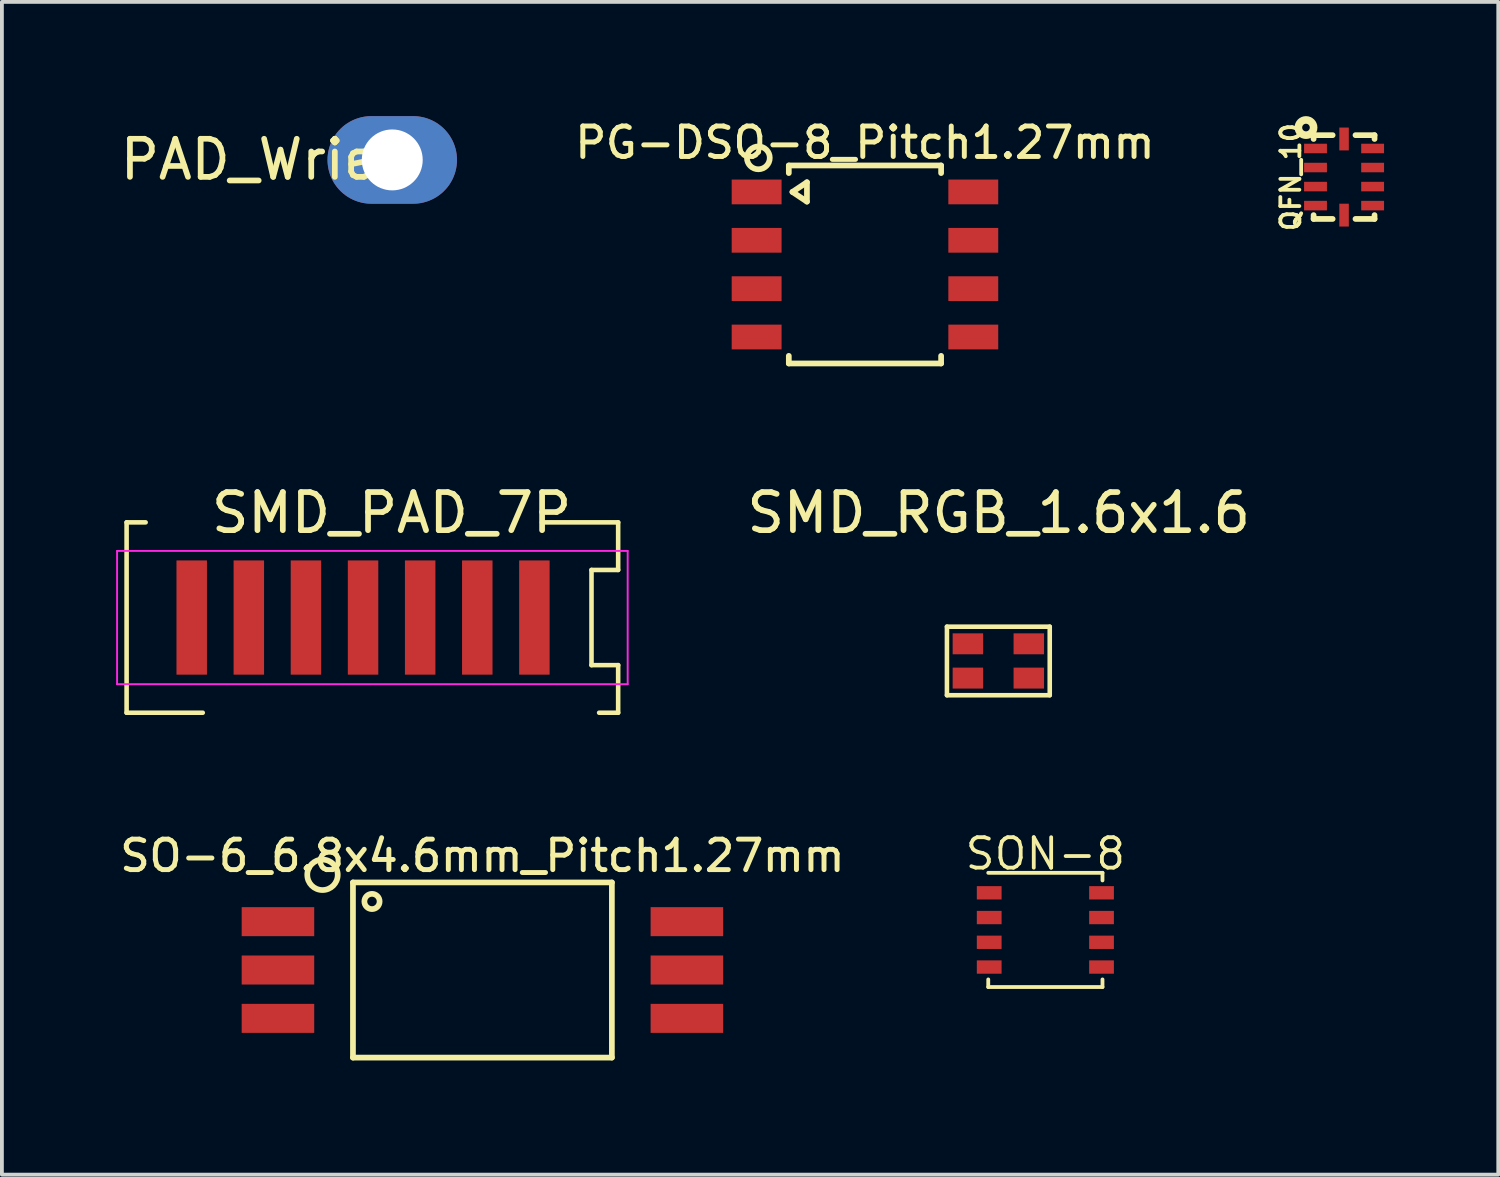
<source format=kicad_pcb>
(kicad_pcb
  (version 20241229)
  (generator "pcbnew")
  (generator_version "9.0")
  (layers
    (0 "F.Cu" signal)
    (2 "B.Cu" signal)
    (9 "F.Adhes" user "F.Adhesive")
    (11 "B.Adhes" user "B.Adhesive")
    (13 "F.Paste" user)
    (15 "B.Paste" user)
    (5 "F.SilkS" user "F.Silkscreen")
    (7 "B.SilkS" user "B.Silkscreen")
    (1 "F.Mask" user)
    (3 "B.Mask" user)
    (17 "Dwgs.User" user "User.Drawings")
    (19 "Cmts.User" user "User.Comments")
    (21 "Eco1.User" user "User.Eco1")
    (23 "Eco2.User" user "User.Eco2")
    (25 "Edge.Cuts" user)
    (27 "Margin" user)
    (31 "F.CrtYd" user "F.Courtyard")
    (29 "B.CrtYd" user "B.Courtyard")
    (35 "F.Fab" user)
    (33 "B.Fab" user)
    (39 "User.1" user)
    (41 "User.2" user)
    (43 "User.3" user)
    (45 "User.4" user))
  (footprint "SMD_PAD_7P"
    (layer "F.Cu")
    (at 7.235 13.169)
    (property "Reference" "SMD_PAD_7P" (at 0 -2.75 0) (layer "F.SilkS") (effects (font (size 1 1) (thickness 0.15))))
    (attr smd)
    (fp_line (start -6.96 -2.5) (end -6.96 2.5) (stroke (width 0.12) (type solid)) (layer "F.SilkS"))
    (fp_line (start -6.96 2.5) (end -4.96 2.5) (stroke (width 0.12) (type solid)) (layer "F.SilkS"))
    (fp_line (start -6.46 -2.5) (end -6.96 -2.5) (stroke (width 0.12) (type solid)) (layer "F.SilkS"))
    (fp_line (start 3.95 -2.5) (end 5.95 -2.5) (stroke (width 0.12) (type solid)) (layer "F.SilkS"))
    (fp_line (start 5.25 -1.25) (end 5.25 1.25) (stroke (width 0.12) (type solid)) (layer "F.SilkS"))
    (fp_line (start 5.25 1.25) (end 5.95 1.25) (stroke (width 0.12) (type solid)) (layer "F.SilkS"))
    (fp_line (start 5.95 -2.5) (end 5.95 -1.25) (stroke (width 0.12) (type solid)) (layer "F.SilkS"))
    (fp_line (start 5.95 -1.25) (end 5.25 -1.25) (stroke (width 0.12) (type solid)) (layer "F.SilkS"))
    (fp_line (start 5.95 1.25) (end 5.95 2.5) (stroke (width 0.12) (type solid)) (layer "F.SilkS"))
    (fp_line (start 5.95 2.5) (end 5.45 2.5) (stroke (width 0.12) (type solid)) (layer "F.SilkS"))
    (fp_line (start -7.21 -1.75) (end 6.2 -1.75) (stroke (width 0.05) (type solid)) (layer "F.CrtYd"))
    (fp_line (start -7.21 1.75) (end -7.21 -1.75) (stroke (width 0.05) (type solid)) (layer "F.CrtYd"))
    (fp_line (start 6.2 -1.75) (end 6.2 1.75) (stroke (width 0.05) (type solid)) (layer "F.CrtYd"))
    (fp_line (start 6.2 1.75) (end -7.21 1.75) (stroke (width 0.05) (type solid)) (layer "F.CrtYd"))
    (pad "1" smd rect (at -5.25 0) (size 0.8 3) (layers "F.Cu" "F.Mask" "F.Paste"))
    (pad "2" smd rect (at -3.75 0) (size 0.8 3) (layers "F.Cu" "F.Mask" "F.Paste"))
    (pad "3" smd rect (at -2.25 0) (size 0.8 3) (layers "F.Cu" "F.Mask" "F.Paste"))
    (pad "4" smd rect (at -0.75 0) (size 0.8 3) (layers "F.Cu" "F.Mask" "F.Paste"))
    (pad "5" smd rect (at 0.75 0) (size 0.8 3) (layers "F.Cu" "F.Mask" "F.Paste"))
    (pad "6" smd rect (at 2.25 0) (size 0.8 3) (layers "F.Cu" "F.Mask" "F.Paste"))
    (pad "7" smd rect (at 3.75 0) (size 0.8 3) (layers "F.Cu" "F.Mask" "F.Paste")))
  (footprint "SON-8"
    (layer "F.Cu")
    (at 24.405 21.373)
    (property "Reference" "SON-8" (at 0 -2 0) (layer "F.SilkS") (effects (font (size 0.8 0.8) (thickness 0.1))))
    (attr smd)
    (fp_line (start -1.5 1.5) (end -1.5 1.3) (stroke (width 0.1) (type solid)) (layer "F.SilkS"))
    (fp_line (start 1.5 -1.5) (end -1.5 -1.5) (stroke (width 0.1) (type solid)) (layer "F.SilkS"))
    (fp_line (start 1.5 -1.5) (end 1.5 -1.3) (stroke (width 0.1) (type solid)) (layer "F.SilkS"))
    (fp_line (start 1.5 1.3) (end 1.5 1.5) (stroke (width 0.1) (type solid)) (layer "F.SilkS"))
    (fp_line (start 1.5 1.5) (end -1.5 1.5) (stroke (width 0.1) (type solid)) (layer "F.SilkS"))
    (pad "1" smd rect (at -1.475 -0.975) (size 0.65 0.35) (layers "F.Cu" "F.Mask" "F.Paste"))
    (pad "2" smd rect (at -1.475 -0.325) (size 0.65 0.35) (layers "F.Cu" "F.Mask" "F.Paste"))
    (pad "3" smd rect (at -1.475 0.325) (size 0.65 0.35) (layers "F.Cu" "F.Mask" "F.Paste"))
    (pad "4" smd rect (at -1.475 0.975) (size 0.65 0.35) (layers "F.Cu" "F.Mask" "F.Paste"))
    (pad "5" smd rect (at 1.475 0.975) (size 0.65 0.35) (layers "F.Cu" "F.Mask" "F.Paste"))
    (pad "6" smd rect (at 1.475 0.325) (size 0.65 0.35) (layers "F.Cu" "F.Mask" "F.Paste"))
    (pad "7" smd rect (at 1.475 -0.325) (size 0.65 0.35) (layers "F.Cu" "F.Mask" "F.Paste"))
    (pad "8" smd rect (at 1.475 -0.975) (size 0.65 0.35) (layers "F.Cu" "F.Mask" "F.Paste")))
  (footprint "PG-DSO-8_Pitch1.27mm"
    (layer "F.Cu")
    (at 19.667 3.896)
    (property "Reference" "PG-DSO-8_Pitch1.27mm" (at 0 -3.2 0) (layer "F.SilkS") (effects (font (size 0.8 0.8) (thickness 0.13))))
    (attr smd)
    (fp_line (start -2 -2.6) (end -2 -2.4) (stroke (width 0.15) (type solid)) (layer "F.SilkS"))
    (fp_line (start -2 -2.6) (end 2 -2.6) (stroke (width 0.15) (type solid)) (layer "F.SilkS"))
    (fp_line (start -2 2.6) (end -2 2.4) (stroke (width 0.15) (type solid)) (layer "F.SilkS"))
    (fp_line (start -2 2.6) (end 2 2.6) (stroke (width 0.15) (type solid)) (layer "F.SilkS"))
    (fp_line (start -1.905 -1.905) (end -1.524 -2.159) (stroke (width 0.15) (type solid)) (layer "F.SilkS"))
    (fp_line (start -1.524 -2.159) (end -1.524 -1.651) (stroke (width 0.15) (type solid)) (layer "F.SilkS"))
    (fp_line (start -1.524 -1.651) (end -1.905 -1.905) (stroke (width 0.15) (type solid)) (layer "F.SilkS"))
    (fp_line (start 2 -2.6) (end 2 -2.4) (stroke (width 0.15) (type solid)) (layer "F.SilkS"))
    (fp_line (start 2 2.6) (end 2 2.4) (stroke (width 0.15) (type solid)) (layer "F.SilkS"))
    (fp_circle (center -2.8 -2.8) (end -2.8 -2.5) (stroke (width 0.15) (type solid)) (fill no) (layer "F.SilkS"))
    (pad "1" smd rect (at -2.845 -1.905) (size 1.31 0.65) (layers "F.Cu" "F.Mask" "F.Paste"))
    (pad "2" smd rect (at -2.845 -0.635) (size 1.31 0.65) (layers "F.Cu" "F.Mask" "F.Paste"))
    (pad "3" smd rect (at -2.845 0.635) (size 1.31 0.65) (layers "F.Cu" "F.Mask" "F.Paste"))
    (pad "4" smd rect (at -2.845 1.905) (size 1.31 0.65) (layers "F.Cu" "F.Mask" "F.Paste"))
    (pad "5" smd rect (at 2.845 1.905) (size 1.31 0.65) (layers "F.Cu" "F.Mask" "F.Paste"))
    (pad "6" smd rect (at 2.845 0.635) (size 1.31 0.65) (layers "F.Cu" "F.Mask" "F.Paste"))
    (pad "7" smd rect (at 2.845 -0.635) (size 1.31 0.65) (layers "F.Cu" "F.Mask" "F.Paste"))
    (pad "8" smd rect (at 2.845 -1.905) (size 1.31 0.65) (layers "F.Cu" "F.Mask" "F.Paste")))
  (footprint "PAD_Wrie"
    (layer "F.Cu")
    (at 7.252 1.15)
    (property "Reference" "PAD_Wrie" (at -3.77 -0.01 0) (layer "F.SilkS") (effects (font (size 1 1) (thickness 0.15))))
    (attr exclude_from_pos_files exclude_from_bom)
    (pad "1" thru_hole oval (at 0 0) (size 3.4 2.3) (drill 1.6) (layers "*.Cu" "*.Mask")))
  (footprint "SO-6_6.8x4.6mm_Pitch1.27mm"
    (layer "F.Cu")
    (at 9.62 22.426)
    (property "Reference" "SO-6_6.8x4.6mm_Pitch1.27mm" (at 0 -3 0) (layer "F.SilkS") (effects (font (size 0.8 0.8) (thickness 0.13))))
    (attr through_hole)
    (fp_line (start -3.4 -2.3) (end 3.4 -2.3) (stroke (width 0.15) (type solid)) (layer "F.SilkS"))
    (fp_line (start -3.4 2.3) (end -3.4 -2.3) (stroke (width 0.15) (type solid)) (layer "F.SilkS"))
    (fp_line (start 3.4 -2.3) (end 3.4 2.3) (stroke (width 0.15) (type solid)) (layer "F.SilkS"))
    (fp_line (start 3.4 2.3) (end -3.4 2.3) (stroke (width 0.15) (type solid)) (layer "F.SilkS"))
    (fp_circle (center -4.2 -2.5) (end -4.2 -2.9) (stroke (width 0.15) (type solid)) (fill no) (layer "F.SilkS"))
    (fp_circle (center -2.9 -1.8) (end -3.1 -1.8) (stroke (width 0.15) (type solid)) (fill no) (layer "F.SilkS"))
    (pad "1" smd rect (at -5.37 -1.27) (size 1.905 0.762) (layers "F.Cu" "F.Mask" "F.Paste"))
    (pad "2" smd rect (at -5.37 0) (size 1.905 0.762) (layers "F.Cu" "F.Mask" "F.Paste"))
    (pad "3" smd rect (at -5.37 1.27) (size 1.905 0.762) (layers "F.Cu" "F.Mask" "F.Paste"))
    (pad "4" smd rect (at 5.37 1.27) (size 1.905 0.762) (layers "F.Cu" "F.Mask" "F.Paste"))
    (pad "5" smd rect (at 5.37 0) (size 1.905 0.762) (layers "F.Cu" "F.Mask" "F.Paste"))
    (pad "6" smd rect (at 5.37 -1.27) (size 1.905 0.762) (layers "F.Cu" "F.Mask" "F.Paste")))
  (footprint "QFN_10"
    (layer "F.Cu")
    (at 32.25 1.6)
    (property "Reference" "QFN_10" (at -1.4 0 90) (layer "F.SilkS") (effects (font (size 0.5 0.5) (thickness 0.1))))
    (attr through_hole)
    (fp_line (start -0.8 -1.1) (end -0.8 -1) (stroke (width 0.15) (type solid)) (layer "F.SilkS"))
    (fp_line (start -0.8 1) (end -0.8 1.1) (stroke (width 0.15) (type solid)) (layer "F.SilkS"))
    (fp_line (start -0.8 1.1) (end -0.3 1.1) (stroke (width 0.15) (type solid)) (layer "F.SilkS"))
    (fp_line (start -0.3 -1.1) (end -0.8 -1.1) (stroke (width 0.15) (type solid)) (layer "F.SilkS"))
    (fp_line (start 0.3 1.1) (end 0.8 1.1) (stroke (width 0.15) (type solid)) (layer "F.SilkS"))
    (fp_line (start 0.8 -1.1) (end 0.3 -1.1) (stroke (width 0.15) (type solid)) (layer "F.SilkS"))
    (fp_line (start 0.8 -1) (end 0.8 -1.1) (stroke (width 0.15) (type solid)) (layer "F.SilkS"))
    (fp_line (start 0.8 1.1) (end 0.8 1) (stroke (width 0.15) (type solid)) (layer "F.SilkS"))
    (fp_circle (center -1 -1.3) (end -0.8 -1.3) (stroke (width 0.2) (type solid)) (fill no) (layer "F.SilkS"))
    (pad "1" smd rect (at -0.75 -0.75) (size 0.6 0.25) (layers "F.Cu" "F.Mask" "F.Paste"))
    (pad "2" smd rect (at -0.75 -0.25) (size 0.6 0.25) (layers "F.Cu" "F.Mask" "F.Paste"))
    (pad "3" smd rect (at -0.75 0.25) (size 0.6 0.25) (layers "F.Cu" "F.Mask" "F.Paste"))
    (pad "4" smd rect (at -0.75 0.75) (size 0.6 0.25) (layers "F.Cu" "F.Mask" "F.Paste"))
    (pad "5" smd rect (at 0 1 90) (size 0.6 0.25) (layers "F.Cu" "F.Mask" "F.Paste"))
    (pad "6" smd rect (at 0.75 0.75 180) (size 0.6 0.25) (layers "F.Cu" "F.Mask" "F.Paste"))
    (pad "7" smd rect (at 0.75 0.25 180) (size 0.6 0.25) (layers "F.Cu" "F.Mask" "F.Paste"))
    (pad "8" smd rect (at 0.75 -0.25 180) (size 0.6 0.25) (layers "F.Cu" "F.Mask" "F.Paste"))
    (pad "9" smd rect (at 0.75 -0.75 180) (size 0.6 0.25) (layers "F.Cu" "F.Mask" "F.Paste"))
    (pad "10" smd rect (at 0 -1 270) (size 0.6 0.25) (layers "F.Cu" "F.Mask" "F.Paste")))
  (footprint "SMD_RGB_1.6x1.6"
    (layer "F.Cu")
    (at 23.17 14.309)
    (property "Reference" "SMD_RGB_1.6x1.6" (at 0.01 -3.89 0) (layer "F.SilkS") (effects (font (size 1 1) (thickness 0.15))))
    (attr through_hole)
    (fp_line (start -1.35 -0.9) (end -1.35 0.9) (stroke (width 0.12) (type solid)) (layer "F.SilkS"))
    (fp_line (start -1.35 0.9) (end 1.35 0.9) (stroke (width 0.12) (type solid)) (layer "F.SilkS"))
    (fp_line (start 1.35 -0.9) (end -1.35 -0.9) (stroke (width 0.12) (type solid)) (layer "F.SilkS"))
    (fp_line (start 1.35 0.9) (end 1.35 -0.9) (stroke (width 0.12) (type solid)) (layer "F.SilkS"))
    (pad "1" smd rect (at -0.8 -0.45) (size 0.8 0.55) (layers "F.Cu" "F.Mask" "F.Paste"))
    (pad "2" smd rect (at -0.8 0.45) (size 0.8 0.55) (layers "F.Cu" "F.Mask" "F.Paste"))
    (pad "3" smd rect (at 0.8 0.45) (size 0.8 0.55) (layers "F.Cu" "F.Mask" "F.Paste"))
    (pad "4" smd rect (at 0.8 -0.45) (size 0.8 0.55) (layers "F.Cu" "F.Mask" "F.Paste")))
  (gr_rect
    (start -3 -3)
    (end 36.3 27.801)
    (stroke (width 0.1) (type default))
    (fill no)
    (layer "Edge.Cuts")))
</source>
